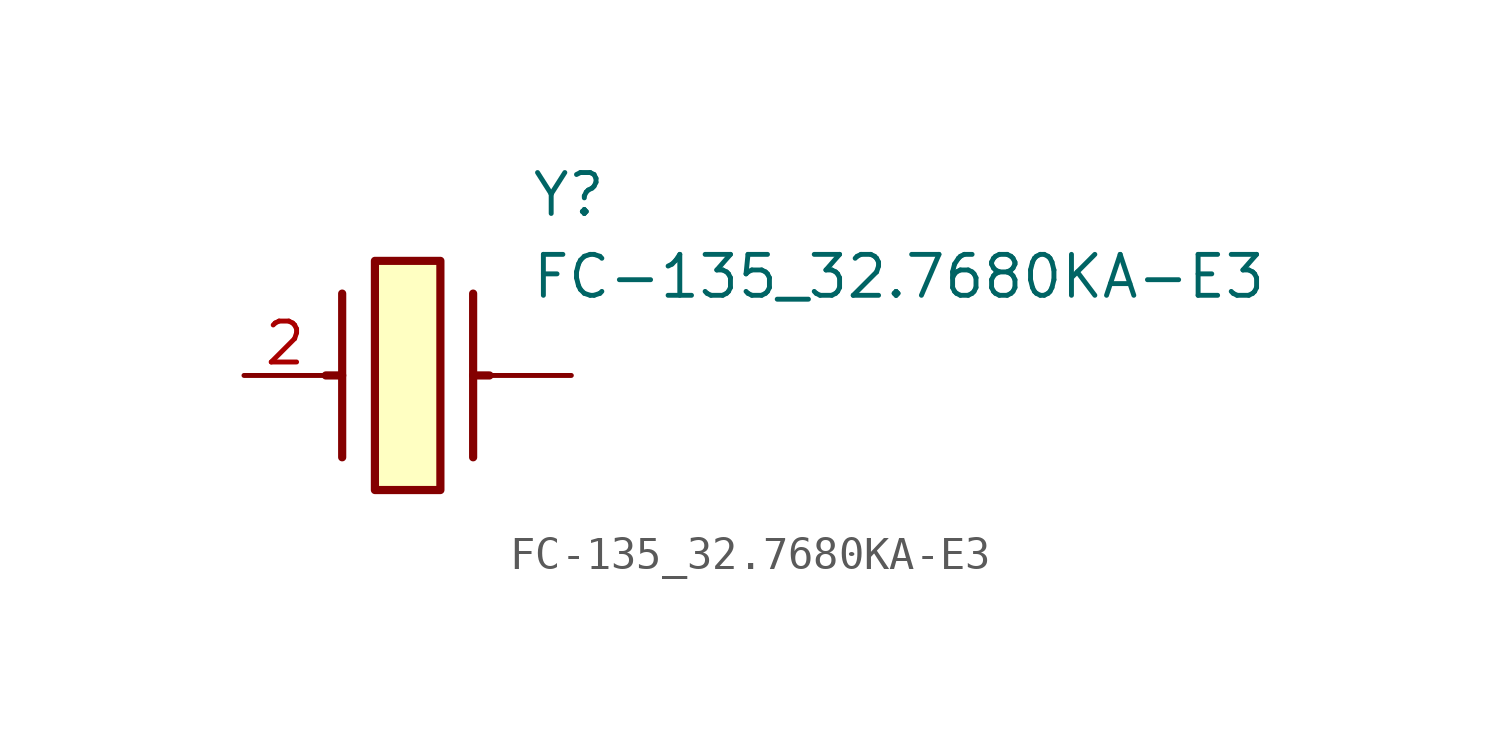
<source format=kicad_sym>
(kicad_symbol_lib
  (version 20211014)
  (generator SamacSys_ECAD_Model)
  (symbol "FC-135_32.7680KA-E3"
    (pin_names hide)
    (property "Reference" "Y"
      (at 8.89 6.35 0)
      (effects (font (size 1.27 1.27)) (justify left top)))
    (property "Value" "FC-135_32.7680KA-E3"
      (at 8.89 3.81 0)
      (effects (font (size 1.27 1.27)) (justify left top)))
    (rectangle
      (start 4.064 3.556)
      (end 6.096 -3.556)
      (stroke (width 0.254) (type default))
      (fill (type background)))
    (polyline
      (pts (xy 3.048 2.54) (xy 3.048 -2.54))
      (stroke (width 0.254) (type default))
      (fill (type none)))
    (polyline
      (pts (xy 7.112 2.54) (xy 7.112 -2.54))
      (stroke (width 0.254) (type default))
      (fill (type none)))
    (polyline
      (pts (xy 7.112 0) (xy 7.62 0))
      (stroke (width 0.254) (type default))
      (fill (type none)))
    (polyline
      (pts (xy 3.048 0) (xy 2.54 0))
      (stroke (width 0.254) (type default))
      (fill (type none)))
    (pin passive line
      (at 0 0 0)
      (length 2.54)
      (name "CRYSTAL_2" (effects (font (size 1.27 1.27))))
      (number "2" (effects (font (size 1.27 1.27)))))
    (pin passive line
      (at 10.16 0 180)
      (length 2.54)
      (name "" (effects (font (size 1.27 1.27))))
      (number "" (effects (font (size 1.27 1.27)))))))
</source>
